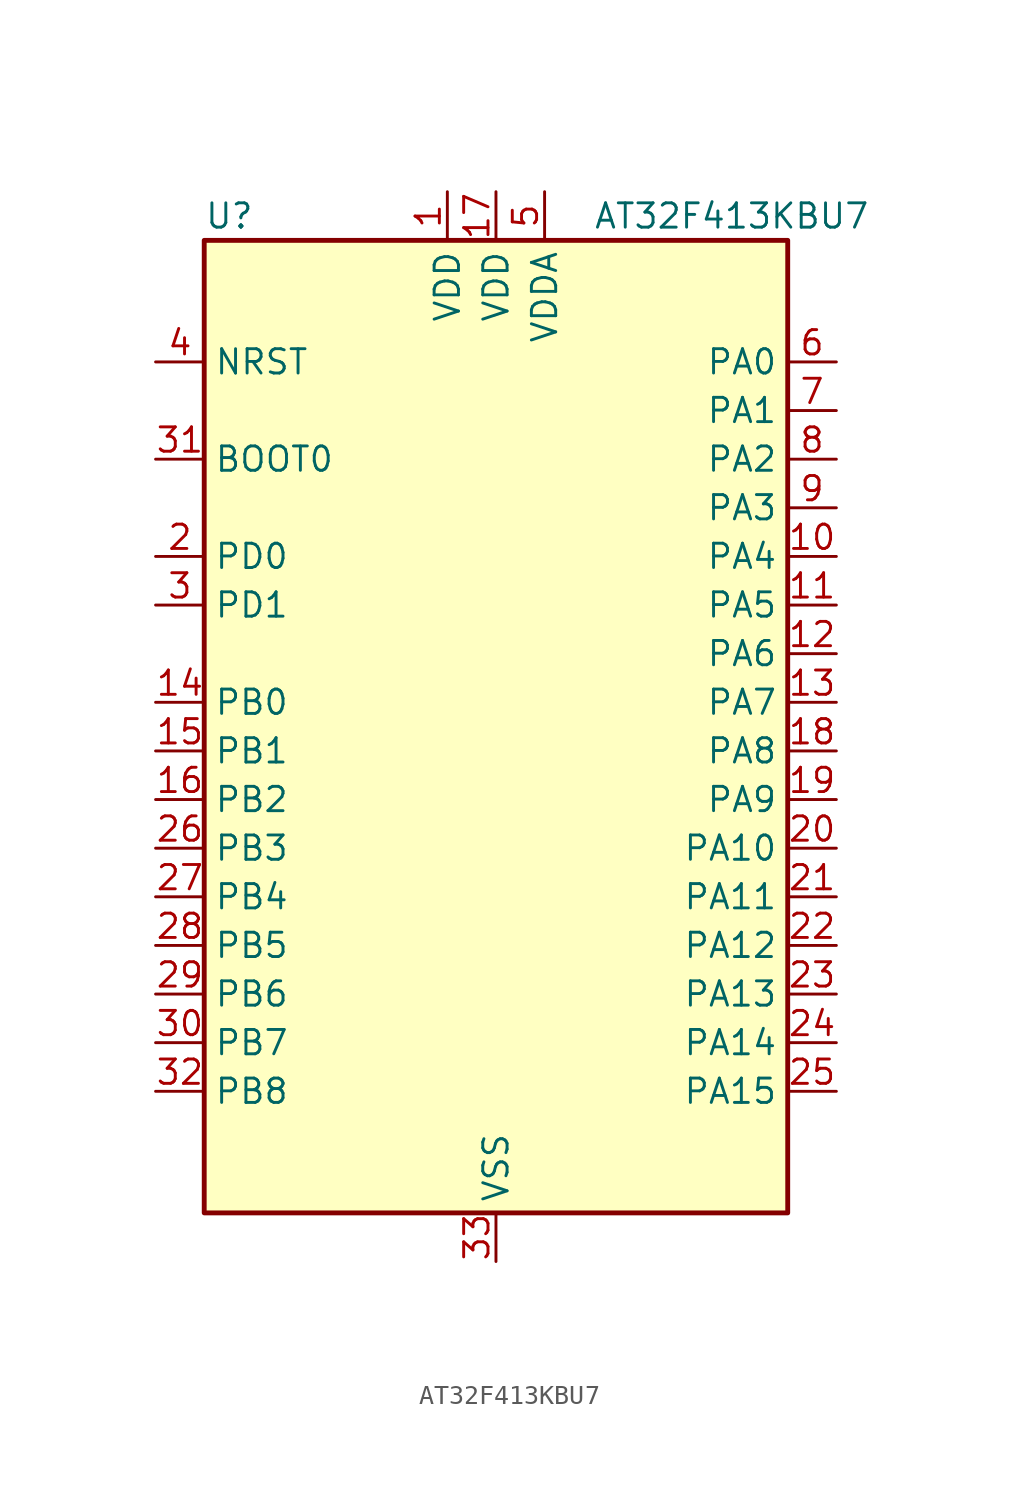
<source format=kicad_sym>
(kicad_symbol_lib
  (version 20241209)
  (generator "kicad_symbol_editor")
  (generator_version "9.0")
  (symbol "AT32F413KBU7"
    (property "Reference" "U"
      (at -15.24 26.67 0)
      (effects (font (size 1.27 1.27)) (justify left)))
    (property "Value" "AT32F413KBU7"
      (at 5.08 26.67 0)
      (effects (font (size 1.27 1.27)) (justify left)))
    (symbol "AT32F413KBU7_0_1"
      (rectangle (start -15.24 25.4) (end 15.24 -25.4) (stroke (width 0.254) (type default)) (fill (type background))))
    (symbol "AT32F413KBU7_1_0"
      (pin bidirectional line (at -17.78 -6.35 0) (length 2.54) (name "PB3" (effects (font (size 1.27 1.27)))) (number "26" (effects (font (size 1.27 1.27))))))
    (symbol "AT32F413KBU7_1_1"
      (pin input line (at -17.78 19.05 0) (length 2.54) (name "NRST" (effects (font (size 1.27 1.27)))) (number "4" (effects (font (size 1.27 1.27)))))
      (pin input line (at -17.78 13.97 0) (length 2.54) (name "BOOT0" (effects (font (size 1.27 1.27)))) (number "31" (effects (font (size 1.27 1.27)))))
      (pin bidirectional line (at -17.78 8.89 0) (length 2.54) (name "PD0" (effects (font (size 1.27 1.27)))) (number "2" (effects (font (size 1.27 1.27)))) (alternate "RCC_OSC_IN" bidirectional line))
      (pin bidirectional line (at -17.78 6.35 0) (length 2.54) (name "PD1" (effects (font (size 1.27 1.27)))) (number "3" (effects (font (size 1.27 1.27)))) (alternate "RCC_OSC_OUT" bidirectional line))
      (pin bidirectional line (at -17.78 1.27 0) (length 2.54) (name "PB0" (effects (font (size 1.27 1.27)))) (number "14" (effects (font (size 1.27 1.27)))) (alternate "ADC1_IN8" bidirectional line) (alternate "ADC2_IN8" bidirectional line) (alternate "TIM1_CH2N" bidirectional line) (alternate "TIM3_CH3" bidirectional line))
      (pin bidirectional line (at -17.78 -1.27 0) (length 2.54) (name "PB1" (effects (font (size 1.27 1.27)))) (number "15" (effects (font (size 1.27 1.27)))) (alternate "ADC1_IN9" bidirectional line) (alternate "ADC2_IN9" bidirectional line) (alternate "TIM1_CH3N" bidirectional line) (alternate "TIM3_CH4" bidirectional line))
      (pin bidirectional line (at -17.78 -3.81 0) (length 2.54) (name "PB2" (effects (font (size 1.27 1.27)))) (number "16" (effects (font (size 1.27 1.27)))))
      (pin bidirectional line (at -17.78 -8.89 0) (length 2.54) (name "PB4" (effects (font (size 1.27 1.27)))) (number "27" (effects (font (size 1.27 1.27)))) (alternate "SPI1_MISO" bidirectional line) (alternate "SYS_NJTRST" bidirectional line) (alternate "TIM3_CH1" bidirectional line))
      (pin bidirectional line (at -17.78 -11.43 0) (length 2.54) (name "PB5" (effects (font (size 1.27 1.27)))) (number "28" (effects (font (size 1.27 1.27)))) (alternate "I2C1_SMBA" bidirectional line) (alternate "SPI1_MOSI" bidirectional line) (alternate "TIM3_CH2" bidirectional line))
      (pin bidirectional line (at -17.78 -13.97 0) (length 2.54) (name "PB6" (effects (font (size 1.27 1.27)))) (number "29" (effects (font (size 1.27 1.27)))) (alternate "I2C1_SCL" bidirectional line) (alternate "TIM4_CH1" bidirectional line) (alternate "USART1_TX" bidirectional line))
      (pin bidirectional line (at -17.78 -16.51 0) (length 2.54) (name "PB7" (effects (font (size 1.27 1.27)))) (number "30" (effects (font (size 1.27 1.27)))) (alternate "I2C1_SDA" bidirectional line) (alternate "TIM4_CH2" bidirectional line) (alternate "USART1_RX" bidirectional line))
      (pin bidirectional line (at -17.78 -19.05 0) (length 2.54) (name "PB8" (effects (font (size 1.27 1.27)))) (number "32" (effects (font (size 1.27 1.27)))) (alternate "CAN_RX" bidirectional line) (alternate "I2C1_SCL" bidirectional line) (alternate "TIM4_CH3" bidirectional line))
      (pin power_in line (at -2.54 27.94 270) (length 2.54) (name "VDD" (effects (font (size 1.27 1.27)))) (number "1" (effects (font (size 1.27 1.27)))))
      (pin power_in line (at 0 27.94 270) (length 2.54) (name "VDD" (effects (font (size 1.27 1.27)))) (number "17" (effects (font (size 1.27 1.27)))))
      (pin power_in line (at 0 -27.94 90) (length 2.54) (name "VSS" (effects (font (size 1.27 1.27)))) (number "33" (effects (font (size 1.27 1.27)))) (alternate "CAN_TX" bidirectional line) (alternate "I2C1_SDA" bidirectional line) (alternate "TIM4_CH4" bidirectional line))
      (pin power_in line (at 2.54 27.94 270) (length 2.54) (name "VDDA" (effects (font (size 1.27 1.27)))) (number "5" (effects (font (size 1.27 1.27)))))
      (pin bidirectional line (at 17.78 19.05 180) (length 2.54) (name "PA0" (effects (font (size 1.27 1.27)))) (number "6" (effects (font (size 1.27 1.27)))) (alternate "ADC1_IN0" bidirectional line) (alternate "ADC2_IN0" bidirectional line) (alternate "SYS_WKUP" bidirectional line) (alternate "TIM2_CH1" bidirectional line) (alternate "TIM2_ETR" bidirectional line) (alternate "USART2_CTS" bidirectional line))
      (pin bidirectional line (at 17.78 16.51 180) (length 2.54) (name "PA1" (effects (font (size 1.27 1.27)))) (number "7" (effects (font (size 1.27 1.27)))) (alternate "ADC1_IN1" bidirectional line) (alternate "ADC2_IN1" bidirectional line) (alternate "TIM2_CH2" bidirectional line) (alternate "USART2_RTS" bidirectional line))
      (pin bidirectional line (at 17.78 13.97 180) (length 2.54) (name "PA2" (effects (font (size 1.27 1.27)))) (number "8" (effects (font (size 1.27 1.27)))) (alternate "ADC1_IN2" bidirectional line) (alternate "ADC2_IN2" bidirectional line) (alternate "TIM2_CH3" bidirectional line) (alternate "USART2_TX" bidirectional line))
      (pin bidirectional line (at 17.78 11.43 180) (length 2.54) (name "PA3" (effects (font (size 1.27 1.27)))) (number "9" (effects (font (size 1.27 1.27)))) (alternate "ADC1_IN3" bidirectional line) (alternate "ADC2_IN3" bidirectional line) (alternate "TIM2_CH4" bidirectional line) (alternate "USART2_RX" bidirectional line))
      (pin bidirectional line (at 17.78 8.89 180) (length 2.54) (name "PA4" (effects (font (size 1.27 1.27)))) (number "10" (effects (font (size 1.27 1.27)))) (alternate "ADC1_IN4" bidirectional line) (alternate "ADC2_IN4" bidirectional line) (alternate "SPI1_NSS" bidirectional line) (alternate "USART2_CK" bidirectional line))
      (pin bidirectional line (at 17.78 6.35 180) (length 2.54) (name "PA5" (effects (font (size 1.27 1.27)))) (number "11" (effects (font (size 1.27 1.27)))) (alternate "ADC1_IN5" bidirectional line) (alternate "ADC2_IN5" bidirectional line) (alternate "SPI1_SCK" bidirectional line))
      (pin bidirectional line (at 17.78 3.81 180) (length 2.54) (name "PA6" (effects (font (size 1.27 1.27)))) (number "12" (effects (font (size 1.27 1.27)))) (alternate "ADC1_IN6" bidirectional line) (alternate "ADC2_IN6" bidirectional line) (alternate "SPI1_MISO" bidirectional line) (alternate "TIM1_BKIN" bidirectional line) (alternate "TIM3_CH1" bidirectional line))
      (pin bidirectional line (at 17.78 1.27 180) (length 2.54) (name "PA7" (effects (font (size 1.27 1.27)))) (number "13" (effects (font (size 1.27 1.27)))) (alternate "ADC1_IN7" bidirectional line) (alternate "ADC2_IN7" bidirectional line) (alternate "SPI1_MOSI" bidirectional line) (alternate "TIM1_CH1N" bidirectional line) (alternate "TIM3_CH2" bidirectional line))
      (pin bidirectional line (at 17.78 -1.27 180) (length 2.54) (name "PA8" (effects (font (size 1.27 1.27)))) (number "18" (effects (font (size 1.27 1.27)))) (alternate "RCC_MCO" bidirectional line) (alternate "TIM1_CH1" bidirectional line) (alternate "USART1_CK" bidirectional line))
      (pin bidirectional line (at 17.78 -3.81 180) (length 2.54) (name "PA9" (effects (font (size 1.27 1.27)))) (number "19" (effects (font (size 1.27 1.27)))) (alternate "TIM1_CH2" bidirectional line) (alternate "USART1_TX" bidirectional line))
      (pin bidirectional line (at 17.78 -6.35 180) (length 2.54) (name "PA10" (effects (font (size 1.27 1.27)))) (number "20" (effects (font (size 1.27 1.27)))) (alternate "TIM1_CH3" bidirectional line) (alternate "USART1_RX" bidirectional line))
      (pin bidirectional line (at 17.78 -8.89 180) (length 2.54) (name "PA11" (effects (font (size 1.27 1.27)))) (number "21" (effects (font (size 1.27 1.27)))) (alternate "ADC1_EXTI11" bidirectional line) (alternate "ADC2_EXTI11" bidirectional line) (alternate "CAN_RX" bidirectional line) (alternate "TIM1_CH4" bidirectional line) (alternate "USART1_CTS" bidirectional line) (alternate "USB_DM" bidirectional line))
      (pin bidirectional line (at 17.78 -11.43 180) (length 2.54) (name "PA12" (effects (font (size 1.27 1.27)))) (number "22" (effects (font (size 1.27 1.27)))) (alternate "CAN_TX" bidirectional line) (alternate "TIM1_ETR" bidirectional line) (alternate "USART1_RTS" bidirectional line) (alternate "USB_DP" bidirectional line))
      (pin bidirectional line (at 17.78 -13.97 180) (length 2.54) (name "PA13" (effects (font (size 1.27 1.27)))) (number "23" (effects (font (size 1.27 1.27)))) (alternate "SYS_JTMS-SWDIO" bidirectional line))
      (pin bidirectional line (at 17.78 -16.51 180) (length 2.54) (name "PA14" (effects (font (size 1.27 1.27)))) (number "24" (effects (font (size 1.27 1.27)))) (alternate "SYS_JTCK-SWCLK" bidirectional line))
      (pin bidirectional line (at 17.78 -19.05 180) (length 2.54) (name "PA15" (effects (font (size 1.27 1.27)))) (number "25" (effects (font (size 1.27 1.27)))) (alternate "ADC1_EXTI15" bidirectional line) (alternate "ADC2_EXTI15" bidirectional line) (alternate "SPI1_NSS" bidirectional line) (alternate "SYS_JTDI" bidirectional line) (alternate "TIM2_CH1" bidirectional line) (alternate "TIM2_ETR" bidirectional line)))))
</source>
